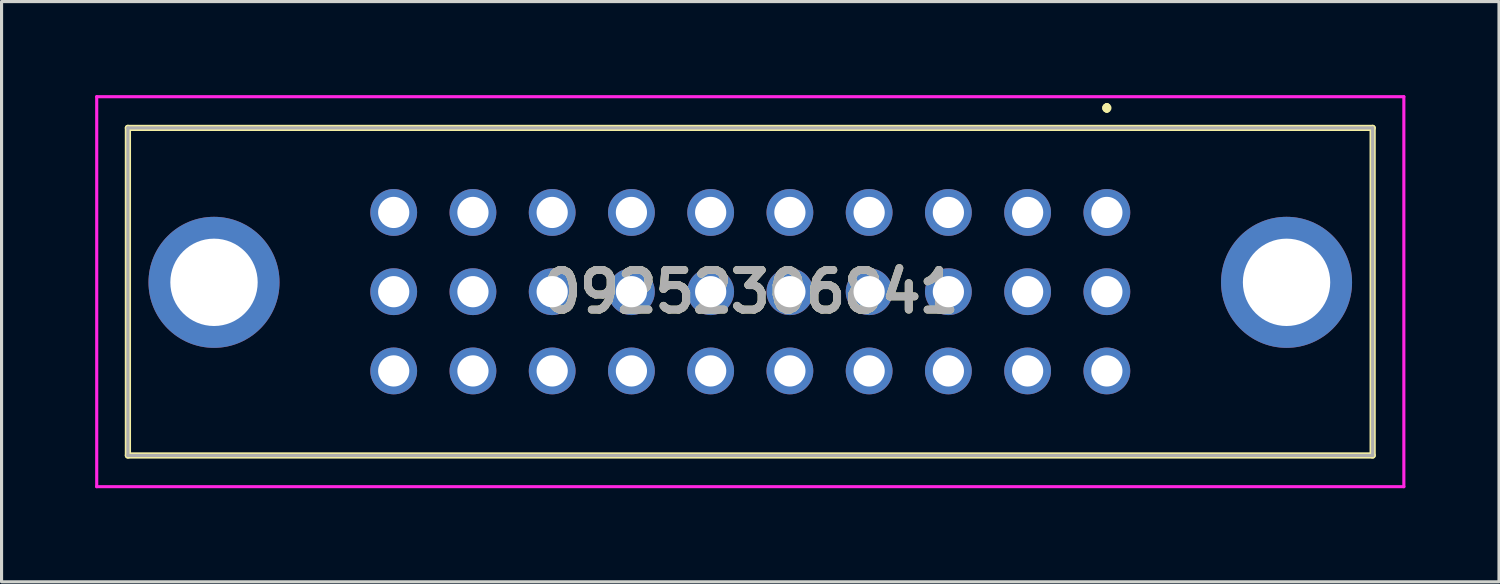
<source format=kicad_pcb>
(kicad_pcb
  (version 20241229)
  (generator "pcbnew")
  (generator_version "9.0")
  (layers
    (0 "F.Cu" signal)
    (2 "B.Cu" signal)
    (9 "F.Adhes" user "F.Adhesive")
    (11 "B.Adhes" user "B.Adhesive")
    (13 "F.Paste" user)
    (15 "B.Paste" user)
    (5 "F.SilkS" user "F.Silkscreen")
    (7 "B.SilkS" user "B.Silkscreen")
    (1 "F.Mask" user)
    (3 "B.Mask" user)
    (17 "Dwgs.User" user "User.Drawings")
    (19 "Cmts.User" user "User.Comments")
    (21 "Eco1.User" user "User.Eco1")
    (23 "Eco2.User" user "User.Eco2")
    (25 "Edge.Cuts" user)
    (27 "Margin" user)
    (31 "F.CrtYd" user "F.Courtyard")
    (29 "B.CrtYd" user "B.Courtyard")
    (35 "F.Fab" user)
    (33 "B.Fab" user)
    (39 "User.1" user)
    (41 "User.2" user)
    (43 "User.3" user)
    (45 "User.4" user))
  (footprint "09252306841"
    (layer "F.Cu")
    (at 32.43 3.76)
    (property "Reference" "09252306841" (at -11.43 2.54 0) (layer "F.SilkS") (effects (font (size 1.27 1.27) (thickness 0.254))))
    (attr through_hole)
    (fp_line (start -31.38 -2.71) (end -31.38 7.79) (stroke (width 0.2) (type solid)) (layer "F.SilkS"))
    (fp_line (start -31.38 7.79) (end 8.52 7.79) (stroke (width 0.2) (type solid)) (layer "F.SilkS"))
    (fp_line (start 0 -3.4) (end 0 -3.4) (stroke (width 0.2) (type solid)) (layer "F.SilkS"))
    (fp_line (start 0 -3.4) (end 0 -3.4) (stroke (width 0.2) (type solid)) (layer "F.SilkS"))
    (fp_line (start 0 -3.3) (end 0 -3.3) (stroke (width 0.2) (type solid)) (layer "F.SilkS"))
    (fp_line (start 8.52 -2.71) (end -31.38 -2.71) (stroke (width 0.2) (type solid)) (layer "F.SilkS"))
    (fp_line (start 8.52 7.79) (end 8.52 -2.71) (stroke (width 0.2) (type solid)) (layer "F.SilkS"))
    (fp_arc (start 0 -3.4) (mid 0.05 -3.35) (end 0 -3.3) (stroke (width 0.2) (type solid)) (layer "F.SilkS"))
    (fp_arc (start 0 -3.3) (mid -0.05 -3.35) (end 0 -3.4) (stroke (width 0.2) (type solid)) (layer "F.SilkS"))
    (fp_arc (start 0 -3.3) (mid -0.05 -3.35) (end 0 -3.4) (stroke (width 0.2) (type solid)) (layer "F.SilkS"))
    (fp_line (start -32.38 -3.71) (end 9.52 -3.71) (stroke (width 0.1) (type solid)) (layer "F.CrtYd"))
    (fp_line (start -32.38 8.79) (end -32.38 -3.71) (stroke (width 0.1) (type solid)) (layer "F.CrtYd"))
    (fp_line (start 9.52 -3.71) (end 9.52 8.79) (stroke (width 0.1) (type solid)) (layer "F.CrtYd"))
    (fp_line (start 9.52 8.79) (end -32.38 8.79) (stroke (width 0.1) (type solid)) (layer "F.CrtYd"))
    (fp_line (start -31.38 -2.71) (end -31.38 7.79) (stroke (width 0.1) (type solid)) (layer "F.Fab"))
    (fp_line (start -31.38 7.79) (end 8.52 7.79) (stroke (width 0.1) (type solid)) (layer "F.Fab"))
    (fp_line (start 8.52 -2.71) (end -31.38 -2.71) (stroke (width 0.1) (type solid)) (layer "F.Fab"))
    (fp_line (start 8.52 7.79) (end 8.52 -2.71) (stroke (width 0.1) (type solid)) (layer "F.Fab"))
    (fp_text user "${REFERENCE}" (at -11.43 2.54 0) (layer "F.Fab") (effects (font (size 1.27 1.27) (thickness 0.254))))
    (pad "A1" thru_hole circle (at 0 0) (size 1.5 1.5) (drill 1) (layers "*.Cu" "*.Mask"))
    (pad "A2" thru_hole circle (at -2.54 0) (size 1.5 1.5) (drill 1) (layers "*.Cu" "*.Mask"))
    (pad "A3" thru_hole circle (at -5.08 0) (size 1.5 1.5) (drill 1) (layers "*.Cu" "*.Mask"))
    (pad "A4" thru_hole circle (at -7.62 0) (size 1.5 1.5) (drill 1) (layers "*.Cu" "*.Mask"))
    (pad "A5" thru_hole circle (at -10.16 0) (size 1.5 1.5) (drill 1) (layers "*.Cu" "*.Mask"))
    (pad "A6" thru_hole circle (at -12.7 0) (size 1.5 1.5) (drill 1) (layers "*.Cu" "*.Mask"))
    (pad "A7" thru_hole circle (at -15.24 0) (size 1.5 1.5) (drill 1) (layers "*.Cu" "*.Mask"))
    (pad "A8" thru_hole circle (at -17.78 0) (size 1.5 1.5) (drill 1) (layers "*.Cu" "*.Mask"))
    (pad "A9" thru_hole circle (at -20.32 0) (size 1.5 1.5) (drill 1) (layers "*.Cu" "*.Mask"))
    (pad "A10" thru_hole circle (at -22.86 0) (size 1.5 1.5) (drill 1) (layers "*.Cu" "*.Mask"))
    (pad "B1" thru_hole circle (at 0 2.54) (size 1.5 1.5) (drill 1) (layers "*.Cu" "*.Mask"))
    (pad "B2" thru_hole circle (at -2.54 2.54) (size 1.5 1.5) (drill 1) (layers "*.Cu" "*.Mask"))
    (pad "B3" thru_hole circle (at -5.08 2.54) (size 1.5 1.5) (drill 1) (layers "*.Cu" "*.Mask"))
    (pad "B4" thru_hole circle (at -7.62 2.54) (size 1.5 1.5) (drill 1) (layers "*.Cu" "*.Mask"))
    (pad "B5" thru_hole circle (at -10.16 2.54) (size 1.5 1.5) (drill 1) (layers "*.Cu" "*.Mask"))
    (pad "B6" thru_hole circle (at -12.7 2.54) (size 1.5 1.5) (drill 1) (layers "*.Cu" "*.Mask"))
    (pad "B7" thru_hole circle (at -15.24 2.54) (size 1.5 1.5) (drill 1) (layers "*.Cu" "*.Mask"))
    (pad "B8" thru_hole circle (at -17.78 2.54) (size 1.5 1.5) (drill 1) (layers "*.Cu" "*.Mask"))
    (pad "B9" thru_hole circle (at -20.32 2.54) (size 1.5 1.5) (drill 1) (layers "*.Cu" "*.Mask"))
    (pad "B10" thru_hole circle (at -22.86 2.54) (size 1.5 1.5) (drill 1) (layers "*.Cu" "*.Mask"))
    (pad "C1" thru_hole circle (at 0 5.08) (size 1.5 1.5) (drill 1) (layers "*.Cu" "*.Mask"))
    (pad "C2" thru_hole circle (at -2.54 5.08) (size 1.5 1.5) (drill 1) (layers "*.Cu" "*.Mask"))
    (pad "C3" thru_hole circle (at -5.08 5.08) (size 1.5 1.5) (drill 1) (layers "*.Cu" "*.Mask"))
    (pad "C4" thru_hole circle (at -7.62 5.08) (size 1.5 1.5) (drill 1) (layers "*.Cu" "*.Mask"))
    (pad "C5" thru_hole circle (at -10.16 5.08) (size 1.5 1.5) (drill 1) (layers "*.Cu" "*.Mask"))
    (pad "C6" thru_hole circle (at -12.7 5.08) (size 1.5 1.5) (drill 1) (layers "*.Cu" "*.Mask"))
    (pad "C7" thru_hole circle (at -15.24 5.08) (size 1.5 1.5) (drill 1) (layers "*.Cu" "*.Mask"))
    (pad "C8" thru_hole circle (at -17.78 5.08) (size 1.5 1.5) (drill 1) (layers "*.Cu" "*.Mask"))
    (pad "C9" thru_hole circle (at -20.32 5.08) (size 1.5 1.5) (drill 1) (layers "*.Cu" "*.Mask"))
    (pad "C10" thru_hole circle (at -22.86 5.08) (size 1.5 1.5) (drill 1) (layers "*.Cu" "*.Mask"))
    (pad "MH1" thru_hole circle (at 5.76 2.24) (size 4.2 4.2) (drill 2.8) (layers "*.Cu" "*.Mask"))
    (pad "MH2" thru_hole circle (at -28.62 2.24) (size 4.2 4.2) (drill 2.8) (layers "*.Cu" "*.Mask")))
  (gr_rect
    (start -3 -3)
    (end 45 15.6)
    (stroke (width 0.1) (type default))
    (fill no)
    (layer "Edge.Cuts")))
</source>
